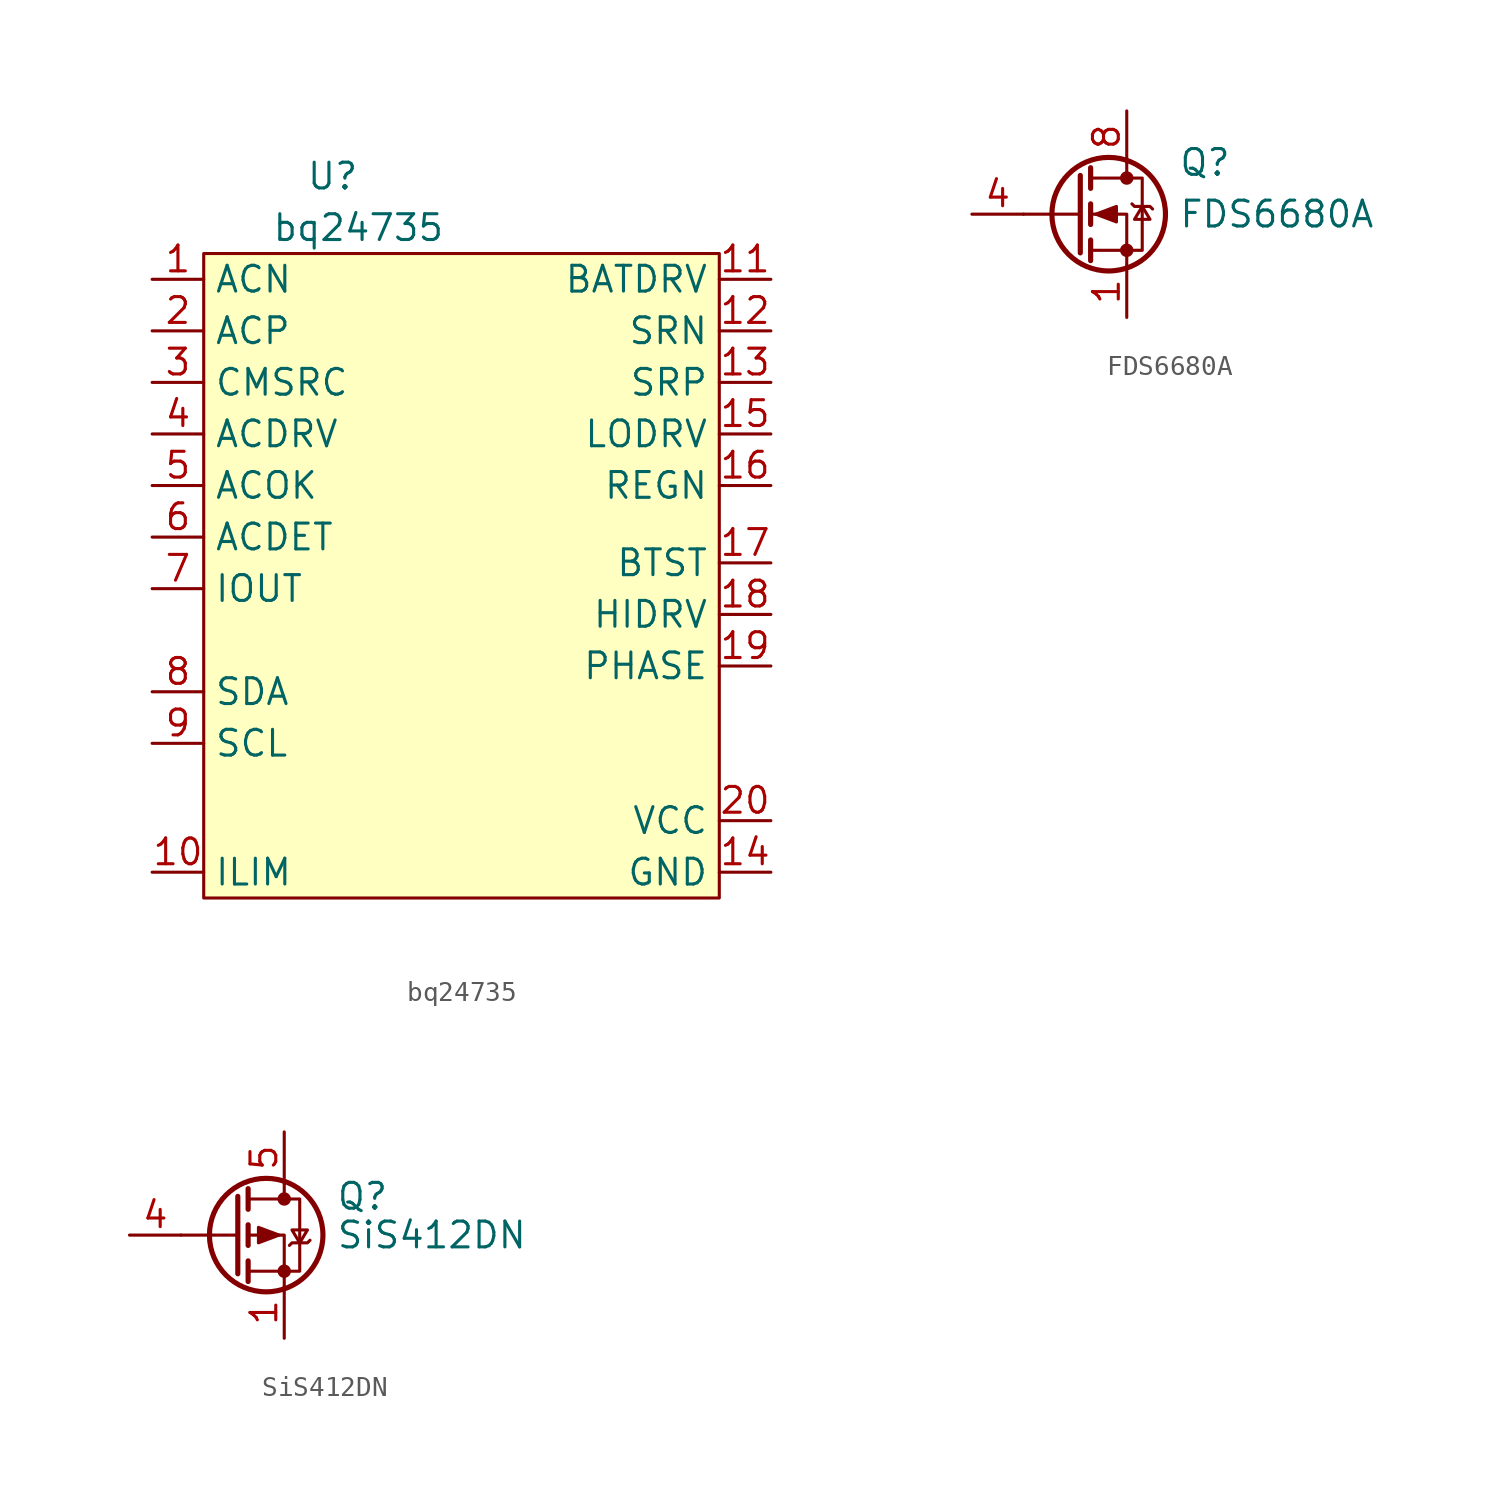
<source format=kicad_sym>
(kicad_symbol_lib
  (version 20211014)
  (generator kicad_symbol_editor)
  (symbol "bq24735"
    (property "Reference" "U"
      (at 2.54 1.27 0)
      (effects (font (size 1.27 1.27))))
    (property "Value" "bq24735"
      (at 3.81 -1.27 0)
      (effects (font (size 1.27 1.27))))
    (symbol "bq24735_0_1"
      (rectangle (start -3.81 -2.54) (end 21.59 -34.29) (stroke (width 0.152) (type default) (color 0 0 0 0)) (fill (type background))))
    (symbol "bq24735_1_1"
      (pin input line (at -6.35 -3.81 0) (length 2.54) (name "ACN" (effects (font (size 1.27 1.27)))) (number "1" (effects (font (size 1.27 1.27)))))
      (pin input line (at -6.35 -33.02 0) (length 2.54) (name "ILIM" (effects (font (size 1.27 1.27)))) (number "10" (effects (font (size 1.27 1.27)))))
      (pin output line (at 24.13 -3.81 180) (length 2.54) (name "BATDRV" (effects (font (size 1.27 1.27)))) (number "11" (effects (font (size 1.27 1.27)))))
      (pin output line (at 24.13 -6.35 180) (length 2.54) (name "SRN" (effects (font (size 1.27 1.27)))) (number "12" (effects (font (size 1.27 1.27)))))
      (pin output line (at 24.13 -8.89 180) (length 2.54) (name "SRP" (effects (font (size 1.27 1.27)))) (number "13" (effects (font (size 1.27 1.27)))))
      (pin power_in line (at 24.13 -33.02 180) (length 2.54) (name "GND" (effects (font (size 1.27 1.27)))) (number "14" (effects (font (size 1.27 1.27)))))
      (pin output line (at 24.13 -11.43 180) (length 2.54) (name "LODRV" (effects (font (size 1.27 1.27)))) (number "15" (effects (font (size 1.27 1.27)))))
      (pin output line (at 24.13 -13.97 180) (length 2.54) (name "REGN" (effects (font (size 1.27 1.27)))) (number "16" (effects (font (size 1.27 1.27)))))
      (pin output line (at 24.13 -17.78 180) (length 2.54) (name "BTST" (effects (font (size 1.27 1.27)))) (number "17" (effects (font (size 1.27 1.27)))))
      (pin output line (at 24.13 -20.32 180) (length 2.54) (name "HIDRV" (effects (font (size 1.27 1.27)))) (number "18" (effects (font (size 1.27 1.27)))))
      (pin output line (at 24.13 -22.86 180) (length 2.54) (name "PHASE" (effects (font (size 1.27 1.27)))) (number "19" (effects (font (size 1.27 1.27)))))
      (pin input line (at -6.35 -6.35 0) (length 2.54) (name "ACP" (effects (font (size 1.27 1.27)))) (number "2" (effects (font (size 1.27 1.27)))))
      (pin output line (at 24.13 -30.48 180) (length 2.54) (name "VCC" (effects (font (size 1.27 1.27)))) (number "20" (effects (font (size 1.27 1.27)))))
      (pin input line (at -6.35 -8.89 0) (length 2.54) (name "CMSRC" (effects (font (size 1.27 1.27)))) (number "3" (effects (font (size 1.27 1.27)))))
      (pin output line (at -6.35 -11.43 0) (length 2.54) (name "ACDRV" (effects (font (size 1.27 1.27)))) (number "4" (effects (font (size 1.27 1.27)))))
      (pin output line (at -6.35 -13.97 0) (length 2.54) (name "ACOK" (effects (font (size 1.27 1.27)))) (number "5" (effects (font (size 1.27 1.27)))))
      (pin input line (at -6.35 -16.51 0) (length 2.54) (name "ACDET" (effects (font (size 1.27 1.27)))) (number "6" (effects (font (size 1.27 1.27)))))
      (pin input line (at -6.35 -19.05 0) (length 2.54) (name "IOUT" (effects (font (size 1.27 1.27)))) (number "7" (effects (font (size 1.27 1.27)))))
      (pin bidirectional line (at -6.35 -24.13 0) (length 2.54) (name "SDA" (effects (font (size 1.27 1.27)))) (number "8" (effects (font (size 1.27 1.27)))))
      (pin input line (at -6.35 -26.67 0) (length 2.54) (name "SCL" (effects (font (size 1.27 1.27)))) (number "9" (effects (font (size 1.27 1.27)))))))
  (symbol "FDS6680A"
    (pin_names hide)
    (property "Reference" "Q"
      (at 5.08 2.54 0)
      (effects (font (size 1.27 1.27)) (justify left)))
    (property "Value" "FDS6680A"
      (at 5.08 0 0)
      (effects (font (size 1.27 1.27)) (justify left)))
    (symbol "FDS6680A_0_1"
      (polyline (pts (xy 0.254 0) (xy -2.54 0)) (stroke (width 0) (type default) (color 0 0 0 0)) (fill (type none)))
      (polyline (pts (xy 0.254 1.905) (xy 0.254 -1.905)) (stroke (width 0.254) (type default) (color 0 0 0 0)) (fill (type none)))
      (polyline (pts (xy 0.762 -1.27) (xy 0.762 -2.286)) (stroke (width 0.254) (type default) (color 0 0 0 0)) (fill (type none)))
      (polyline (pts (xy 0.762 0.508) (xy 0.762 -0.508)) (stroke (width 0.254) (type default) (color 0 0 0 0)) (fill (type none)))
      (polyline (pts (xy 0.762 2.286) (xy 0.762 1.27)) (stroke (width 0.254) (type default) (color 0 0 0 0)) (fill (type none)))
      (polyline (pts (xy 2.54 2.54) (xy 2.54 1.778)) (stroke (width 0) (type default) (color 0 0 0 0)) (fill (type none)))
      (polyline (pts (xy 2.54 -2.54) (xy 2.54 0) (xy 0.762 0)) (stroke (width 0) (type default) (color 0 0 0 0)) (fill (type none)))
      (polyline (pts (xy 0.762 -1.778) (xy 3.302 -1.778) (xy 3.302 1.778) (xy 0.762 1.778)) (stroke (width 0) (type default) (color 0 0 0 0)) (fill (type none)))
      (polyline (pts (xy 1.016 0) (xy 2.032 0.381) (xy 2.032 -0.381) (xy 1.016 0)) (stroke (width 0) (type default) (color 0 0 0 0)) (fill (type outline)))
      (polyline (pts (xy 2.794 0.508) (xy 2.921 0.381) (xy 3.683 0.381) (xy 3.81 0.254)) (stroke (width 0) (type default) (color 0 0 0 0)) (fill (type none)))
      (polyline (pts (xy 3.302 0.381) (xy 2.921 -0.254) (xy 3.683 -0.254) (xy 3.302 0.381)) (stroke (width 0) (type default) (color 0 0 0 0)) (fill (type none)))
      (circle (center 1.651 0) (radius 2.794) (stroke (width 0.254) (type default) (color 0 0 0 0)) (fill (type none)))
      (circle (center 2.54 -1.778) (radius 0.254) (stroke (width 0) (type default) (color 0 0 0 0)) (fill (type outline)))
      (circle (center 2.54 1.778) (radius 0.254) (stroke (width 0) (type default) (color 0 0 0 0)) (fill (type outline))))
    (symbol "FDS6680A_1_1"
      (pin passive line (at 2.54 -5.08 90) (length 2.54) (name "S" (effects (font (size 1.27 1.27)))) (number "1" (effects (font (size 1.27 1.27)))))
      (pin passive line (at 2.54 -5.08 90) (length 2.54) hide (name "S" (effects (font (size 1.27 1.27)))) (number "2" (effects (font (size 1.27 1.27)))))
      (pin passive line (at 2.54 -5.08 90) (length 2.54) hide (name "S" (effects (font (size 1.27 1.27)))) (number "3" (effects (font (size 1.27 1.27)))))
      (pin input line (at -5.08 0 0) (length 2.54) (name "G" (effects (font (size 1.27 1.27)))) (number "4" (effects (font (size 1.27 1.27)))))
      (pin passive line (at 2.54 5.08 270) (length 2.54) hide (name "D" (effects (font (size 1.27 1.27)))) (number "5" (effects (font (size 1.27 1.27)))))
      (pin passive line (at 2.54 5.08 270) (length 2.54) hide (name "D" (effects (font (size 1.27 1.27)))) (number "6" (effects (font (size 1.27 1.27)))))
      (pin passive line (at 2.54 5.08 270) (length 2.54) hide (name "D" (effects (font (size 1.27 1.27)))) (number "7" (effects (font (size 1.27 1.27)))))
      (pin passive line (at 2.54 5.08 270) (length 2.54) (name "D" (effects (font (size 1.27 1.27)))) (number "8" (effects (font (size 1.27 1.27)))))))
  (symbol "SiS412DN"
    (pin_names hide)
    (property "Reference" "Q"
      (at 5.08 1.905 0)
      (effects (font (size 1.27 1.27)) (justify left)))
    (property "Value" "SiS412DN"
      (at 5.08 0 0)
      (effects (font (size 1.27 1.27)) (justify left)))
    (symbol "SiS412DN_0_1"
      (polyline (pts (xy 0.254 0) (xy -2.54 0)) (stroke (width 0) (type default) (color 0 0 0 0)) (fill (type none)))
      (polyline (pts (xy 0.254 1.905) (xy 0.254 -1.905)) (stroke (width 0.254) (type default) (color 0 0 0 0)) (fill (type none)))
      (polyline (pts (xy 0.762 -1.27) (xy 0.762 -2.286)) (stroke (width 0.254) (type default) (color 0 0 0 0)) (fill (type none)))
      (polyline (pts (xy 0.762 0.508) (xy 0.762 -0.508)) (stroke (width 0.254) (type default) (color 0 0 0 0)) (fill (type none)))
      (polyline (pts (xy 0.762 2.286) (xy 0.762 1.27)) (stroke (width 0.254) (type default) (color 0 0 0 0)) (fill (type none)))
      (polyline (pts (xy 2.54 2.54) (xy 2.54 1.778)) (stroke (width 0) (type default) (color 0 0 0 0)) (fill (type none)))
      (polyline (pts (xy 2.54 -2.54) (xy 2.54 0) (xy 0.762 0)) (stroke (width 0) (type default) (color 0 0 0 0)) (fill (type none)))
      (polyline (pts (xy 0.762 1.778) (xy 3.302 1.778) (xy 3.302 -1.778) (xy 0.762 -1.778)) (stroke (width 0) (type default) (color 0 0 0 0)) (fill (type none)))
      (polyline (pts (xy 2.286 0) (xy 1.27 0.381) (xy 1.27 -0.381) (xy 2.286 0)) (stroke (width 0) (type default) (color 0 0 0 0)) (fill (type outline)))
      (polyline (pts (xy 2.794 -0.508) (xy 2.921 -0.381) (xy 3.683 -0.381) (xy 3.81 -0.254)) (stroke (width 0) (type default) (color 0 0 0 0)) (fill (type none)))
      (polyline (pts (xy 3.302 -0.381) (xy 2.921 0.254) (xy 3.683 0.254) (xy 3.302 -0.381)) (stroke (width 0) (type default) (color 0 0 0 0)) (fill (type none)))
      (circle (center 1.651 0) (radius 2.794) (stroke (width 0.254) (type default) (color 0 0 0 0)) (fill (type none)))
      (circle (center 2.54 -1.778) (radius 0.254) (stroke (width 0) (type default) (color 0 0 0 0)) (fill (type outline)))
      (circle (center 2.54 1.778) (radius 0.254) (stroke (width 0) (type default) (color 0 0 0 0)) (fill (type outline))))
    (symbol "SiS412DN_1_1"
      (pin passive line (at 2.54 -5.08 90) (length 2.54) (name "S" (effects (font (size 1.27 1.27)))) (number "1" (effects (font (size 1.27 1.27)))))
      (pin passive line (at 2.54 -5.08 90) (length 2.54) hide (name "S" (effects (font (size 1.27 1.27)))) (number "2" (effects (font (size 1.27 1.27)))))
      (pin passive line (at 2.54 -5.08 90) (length 2.54) hide (name "S" (effects (font (size 1.27 1.27)))) (number "3" (effects (font (size 1.27 1.27)))))
      (pin passive line (at -5.08 0 0) (length 2.54) (name "G" (effects (font (size 1.27 1.27)))) (number "4" (effects (font (size 1.27 1.27)))))
      (pin passive line (at 2.54 5.08 270) (length 2.54) (name "D" (effects (font (size 1.27 1.27)))) (number "5" (effects (font (size 1.27 1.27))))))))
</source>
